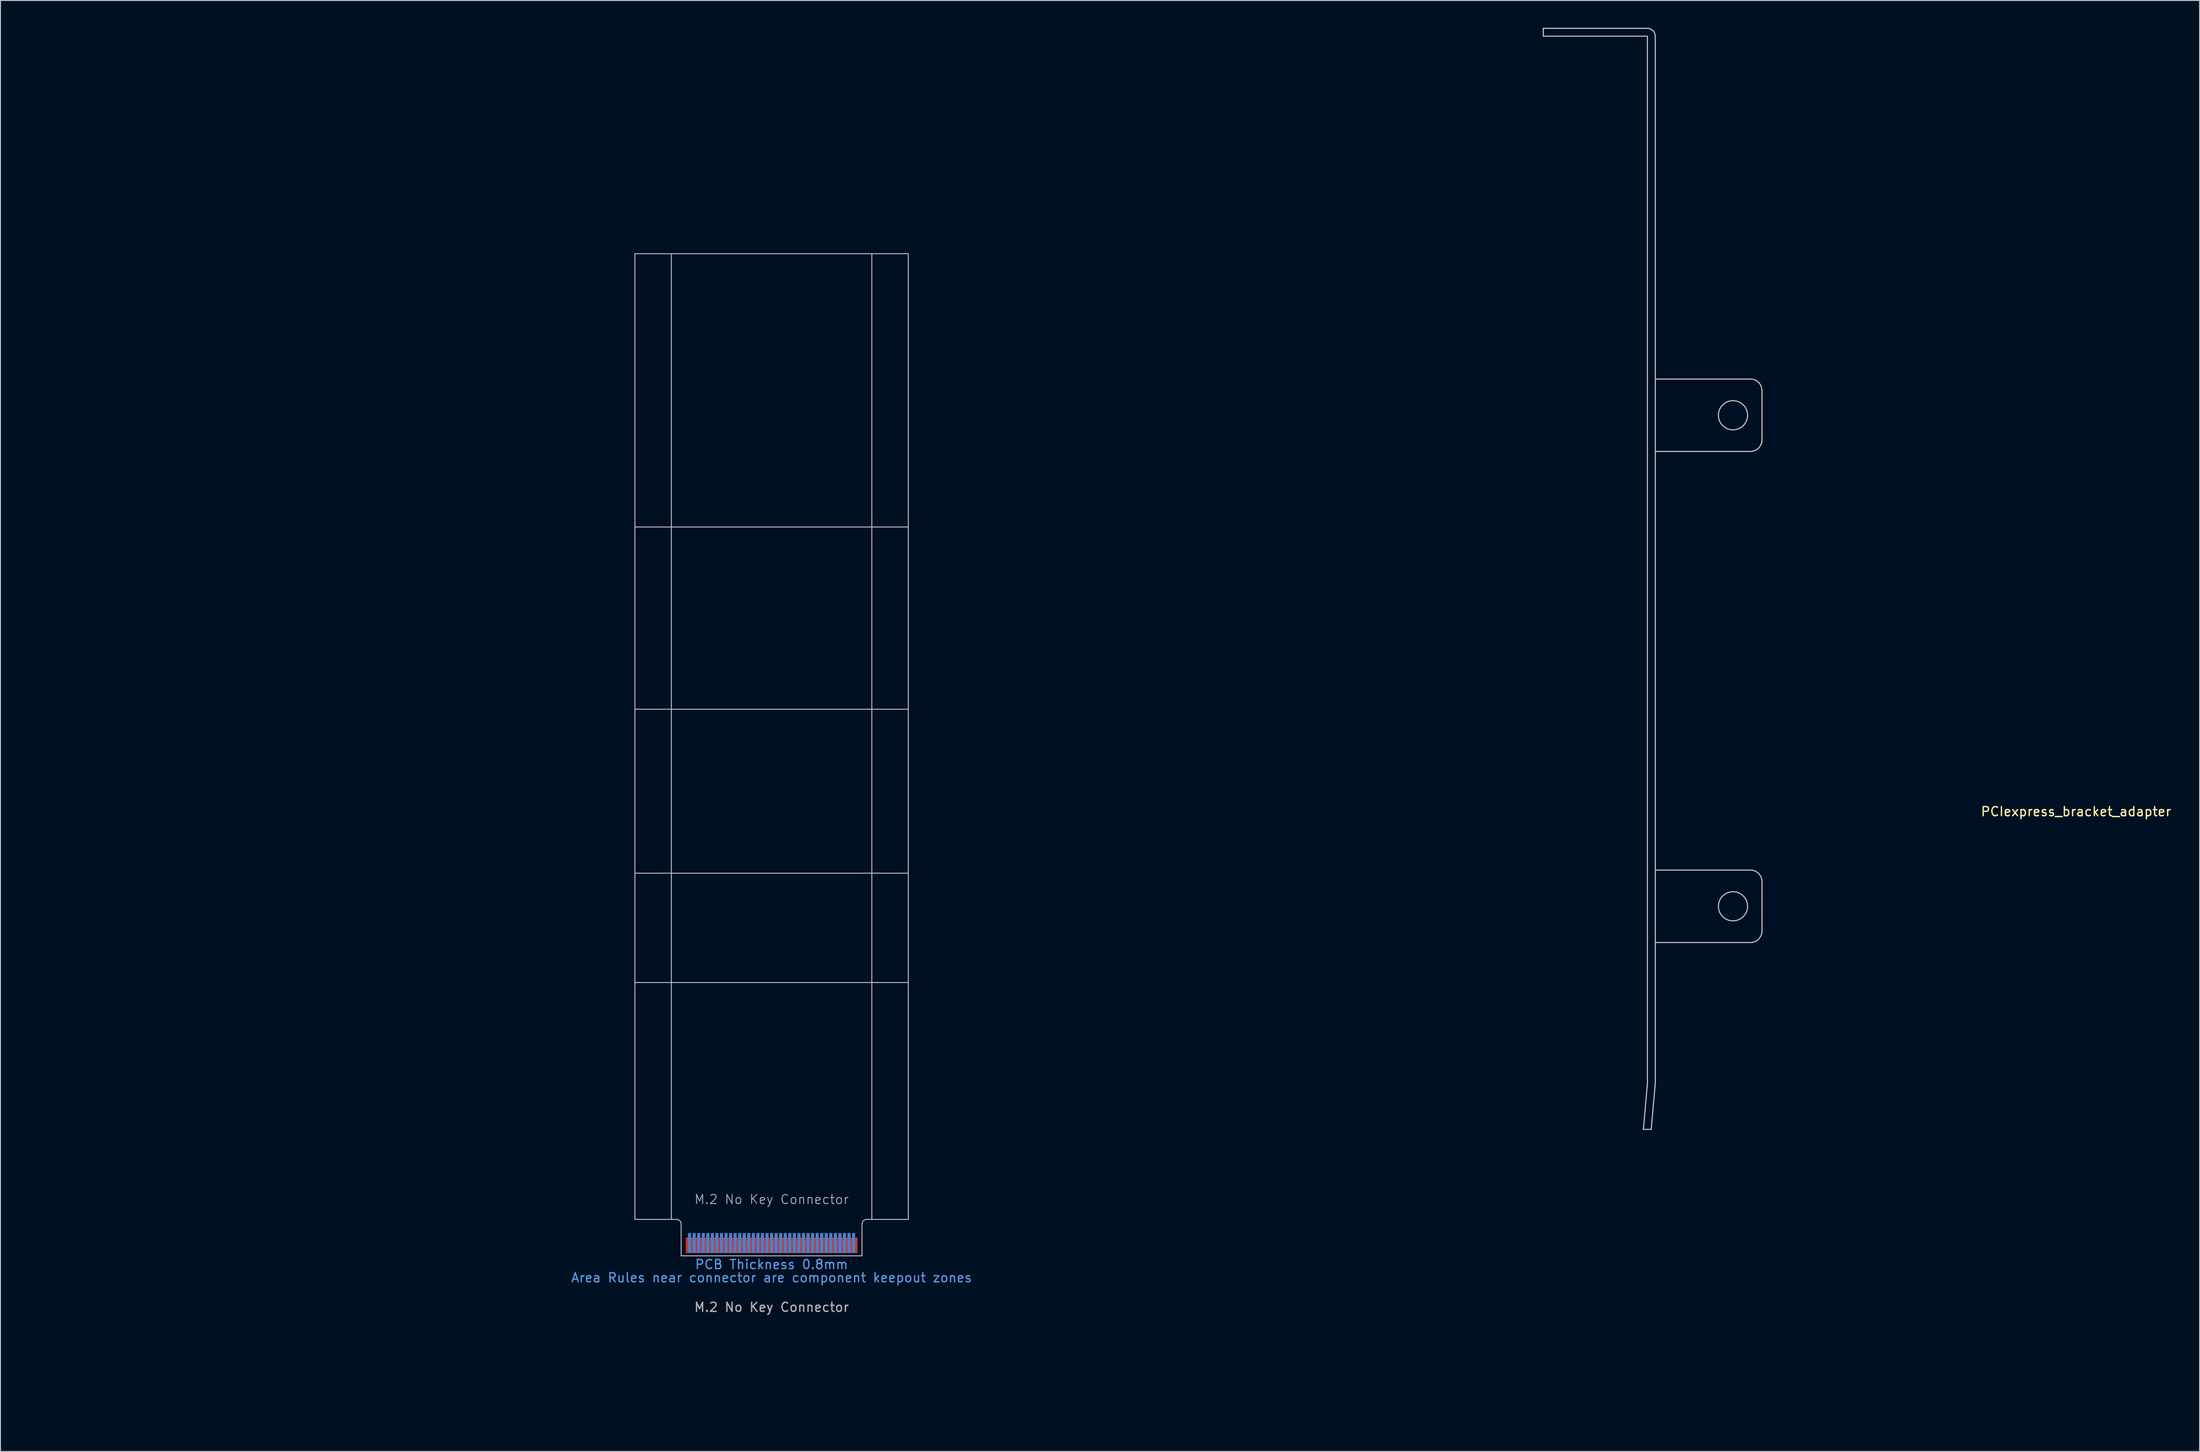
<source format=kicad_pcb>
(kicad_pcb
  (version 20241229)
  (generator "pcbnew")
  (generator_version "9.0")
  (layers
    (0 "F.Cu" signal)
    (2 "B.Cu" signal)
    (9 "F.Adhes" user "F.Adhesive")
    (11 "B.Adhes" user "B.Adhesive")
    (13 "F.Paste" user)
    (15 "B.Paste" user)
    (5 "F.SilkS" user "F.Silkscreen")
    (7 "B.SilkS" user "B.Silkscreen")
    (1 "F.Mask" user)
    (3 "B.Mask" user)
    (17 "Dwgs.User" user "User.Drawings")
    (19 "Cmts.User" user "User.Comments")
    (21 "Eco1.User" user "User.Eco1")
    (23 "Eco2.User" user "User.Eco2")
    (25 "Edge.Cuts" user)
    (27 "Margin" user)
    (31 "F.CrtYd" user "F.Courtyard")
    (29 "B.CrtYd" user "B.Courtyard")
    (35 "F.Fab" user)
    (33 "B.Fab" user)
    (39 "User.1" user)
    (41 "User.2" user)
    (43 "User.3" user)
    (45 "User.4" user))
  (footprint "PCIexpress_bracket_adapter"
    (layer "F.Cu")
    (at 224.778 105.78)
    (property "Reference" "PCIexpress_bracket_adapter" (at 0 -19.75 0) (layer "F.SilkS") (effects (font (size 1 1) (thickness 0.15))))
    (attr exclude_from_pos_files exclude_from_bom)
    (fp_line (start -58.47 -104.86) (end -58.47 -105.72) (stroke (width 0.12) (type solid)) (layer "Dwgs.User"))
    (fp_line (start -47.482 15.141) (end -46.622 15.141) (stroke (width 0.12) (type solid)) (layer "Dwgs.User"))
    (fp_line (start -47.04 -105.72) (end -58.47 -105.72) (stroke (width 0.12) (type solid)) (layer "Dwgs.User"))
    (fp_line (start -47.04 -104.86) (end -58.47 -104.86) (stroke (width 0.12) (type solid)) (layer "Dwgs.User"))
    (fp_line (start -47.04 -104.86) (end -47.04 10.09) (stroke (width 0.12) (type solid)) (layer "Dwgs.User"))
    (fp_line (start -47.04 10.09) (end -47.482 15.141) (stroke (width 0.12) (type solid)) (layer "Dwgs.User"))
    (fp_line (start -46.18 -104.86) (end -46.18 10.09) (stroke (width 0.12) (type solid)) (layer "Dwgs.User"))
    (fp_line (start -46.18 10.09) (end -46.622 15.141) (stroke (width 0.12) (type solid)) (layer "Dwgs.User"))
    (fp_line (start -35.74 -67.225) (end -46.18 -67.225) (stroke (width 0.12) (type solid)) (layer "Dwgs.User"))
    (fp_line (start -35.74 -59.275) (end -46.18 -59.275) (stroke (width 0.12) (type solid)) (layer "Dwgs.User"))
    (fp_line (start -35.74 -13.325) (end -46.18 -13.325) (stroke (width 0.12) (type solid)) (layer "Dwgs.User"))
    (fp_line (start -35.74 -5.375) (end -46.18 -5.375) (stroke (width 0.12) (type solid)) (layer "Dwgs.User"))
    (fp_line (start -34.47 -65.955) (end -34.47 -60.545) (stroke (width 0.12) (type solid)) (layer "Dwgs.User"))
    (fp_line (start -34.47 -12.055) (end -34.47 -6.645) (stroke (width 0.12) (type solid)) (layer "Dwgs.User"))
    (fp_arc (start -47.04 -105.72) (mid -46.431888 -105.468112) (end -46.18 -104.86) (stroke (width 0.12) (type solid)) (layer "Dwgs.User"))
    (fp_arc (start -35.74 -67.225) (mid -34.841974 -66.853026) (end -34.47 -65.955) (stroke (width 0.12) (type solid)) (layer "Dwgs.User"))
    (fp_arc (start -35.74 -13.325) (mid -34.841974 -12.953026) (end -34.47 -12.055) (stroke (width 0.12) (type solid)) (layer "Dwgs.User"))
    (fp_arc (start -34.47 -60.545) (mid -34.841974 -59.646974) (end -35.74 -59.275) (stroke (width 0.12) (type solid)) (layer "Dwgs.User"))
    (fp_arc (start -34.47 -6.645) (mid -34.841974 -5.746974) (end -35.74 -5.375) (stroke (width 0.12) (type solid)) (layer "Dwgs.User"))
    (fp_circle (center -37.65 -63.25) (end -36.05 -63.25) (stroke (width 0.12) (type solid)) (fill no) (layer "Dwgs.User"))
    (fp_circle (center -37.65 -9.35) (end -36.05 -9.35) (stroke (width 0.12) (type solid)) (fill no) (layer "Dwgs.User")))
  (footprint "M.2 No Key Connector"
    (layer "F.Cu")
    (at 81.624 133.687)
    (property "Reference" "M.2 No Key Connector" (at 0 -5.08 0) (unlocked yes) (layer "F.Fab") (effects (font (size 1 1) (thickness 0.1))))
    (attr exclude_from_pos_files exclude_from_bom)
    (fp_rect (start -9.925 -0.94) (end 9.925 1.11) (stroke (width 0) (type default)) (fill yes) (layer "F.Mask"))
    (fp_rect (start -9.925 -1.44) (end 9.925 1.11) (stroke (width 0) (type default)) (fill yes) (layer "B.Mask"))
    (fp_line (start -15 -108.89) (end 15 -108.89) (stroke (width 0.1) (type default)) (layer "Dwgs.User"))
    (fp_line (start -15 -78.89) (end 15 -78.89) (stroke (width 0.1) (type default)) (layer "Dwgs.User"))
    (fp_line (start -15 -58.89) (end 15 -58.89) (stroke (width 0.1) (type default)) (layer "Dwgs.User"))
    (fp_line (start -15 -40.89) (end 15 -40.89) (stroke (width 0.1) (type default)) (layer "Dwgs.User"))
    (fp_line (start -15 -28.89) (end 15 -28.89) (stroke (width 0.1) (type default)) (layer "Dwgs.User"))
    (fp_line (start -15 -2.89) (end -15 -108.89) (stroke (width 0.1) (type default)) (layer "Dwgs.User"))
    (fp_line (start -11 -2.89) (end -15 -2.89) (stroke (width 0.1) (type default)) (layer "Dwgs.User"))
    (fp_line (start -11 -2.89) (end -11 -108.89) (stroke (width 0.1) (type default)) (layer "Dwgs.User"))
    (fp_line (start -11 -2.89) (end -10.425 -2.89) (stroke (width 0.1) (type default)) (layer "Dwgs.User"))
    (fp_line (start -9.925 -2.39) (end -9.925 1.11) (stroke (width 0.1) (type default)) (layer "Dwgs.User"))
    (fp_line (start 9.925 -2.39) (end 9.925 1.11) (stroke (width 0.1) (type default)) (layer "Dwgs.User"))
    (fp_line (start 9.925 1.11) (end -9.925 1.11) (stroke (width 0.1) (type solid)) (layer "Dwgs.User"))
    (fp_line (start 10.425 -2.89) (end 11 -2.89) (stroke (width 0.1) (type default)) (layer "Dwgs.User"))
    (fp_line (start 11 -108.89) (end 11 -2.89) (stroke (width 0.1) (type default)) (layer "Dwgs.User"))
    (fp_line (start 11 -2.89) (end 15 -2.89) (stroke (width 0.1) (type default)) (layer "Dwgs.User"))
    (fp_line (start 15 -108.89) (end 15 -2.89) (stroke (width 0.1) (type default)) (layer "Dwgs.User"))
    (fp_arc (start -10.425 -2.89) (mid -10.071447 -2.743553) (end -9.925 -2.39) (stroke (width 0.1) (type default)) (layer "Dwgs.User"))
    (fp_arc (start 9.925 -2.39) (mid 10.071447 -2.743553) (end 10.425 -2.89) (stroke (width 0.1) (type default)) (layer "Dwgs.User"))
    (fp_line (start -0.71 -109.6) (end 0.71 -108.18) (stroke (width 0.15) (type default)) (layer "User.3"))
    (fp_line (start -0.71 -79.6) (end 0.71 -78.18) (stroke (width 0.15) (type default)) (layer "User.3"))
    (fp_line (start -0.71 -59.6) (end 0.71 -58.18) (stroke (width 0.15) (type default)) (layer "User.3"))
    (fp_line (start -0.71 -41.6) (end 0.71 -40.18) (stroke (width 0.15) (type default)) (layer "User.3"))
    (fp_line (start -0.71 -29.6) (end 0.71 -28.18) (stroke (width 0.15) (type default)) (layer "User.3"))
    (fp_line (start 0.71 -109.6) (end -0.71 -108.18) (stroke (width 0.15) (type default)) (layer "User.3"))
    (fp_line (start 0.71 -79.6) (end -0.71 -78.18) (stroke (width 0.15) (type default)) (layer "User.3"))
    (fp_line (start 0.71 -59.6) (end -0.71 -58.18) (stroke (width 0.15) (type default)) (layer "User.3"))
    (fp_line (start 0.71 -41.6) (end -0.71 -40.18) (stroke (width 0.15) (type default)) (layer "User.3"))
    (fp_line (start 0.71 -29.6) (end -0.71 -28.18) (stroke (width 0.15) (type default)) (layer "User.3"))
    (fp_rect (start -15 -108.89) (end 15 -105.09) (stroke (width 0.1) (type default)) (fill no) (layer "User.4"))
    (fp_rect (start -15 -78.89) (end 15 -75.09) (stroke (width 0.1) (type default)) (fill no) (layer "User.4"))
    (fp_rect (start -15 -58.89) (end 15 -55.09) (stroke (width 0.1) (type default)) (fill no) (layer "User.4"))
    (fp_rect (start -15 -40.89) (end 15 -37.09) (stroke (width 0.1) (type default)) (fill no) (layer "User.4"))
    (fp_rect (start -15 -28.89) (end 15 -25.09) (stroke (width 0.1) (type default)) (fill no) (layer "User.4"))
    (fp_text user "PCB Thickness 0.8mm" (at 0 2.055 0) (unlocked yes) (layer "Cmts.User") (effects (font (size 1 1) (thickness 0.15))))
    (fp_text user "Area Rules near connector are component keepout zones" (at 0 3.505 0) (unlocked yes) (layer "Cmts.User") (effects (font (size 1 1) (thickness 0.15))))
    (fp_text user "${REFERENCE}" (at 0 6.75 0) (unlocked yes) (layer "F.Fab") (effects (font (size 1 1) (thickness 0.15))))
    (fp_text user "Standard 22, 30mm widths and 30, 42, 60, 80, 110mm lengths shown in Blue (User.2 Layer)" (at 0 18.055 0) (unlocked yes) (layer "User.2") (effects (font (size 2 2) (thickness 0.2))))
    (fp_text user "Place grounded \"M.2 Mounting Pad\" footprint from library on Teal (User.3 Layer) X's" (at 0 13.4 0) (unlocked yes) (layer "User.3") (effects (font (size 2 2) (thickness 0.2))))
    (fp_text user "Yellow areas (User.4 Layer) reserverd for RF recepticals or for components when no RF recepticals used." (at 0 8.83 0) (unlocked yes) (layer "User.4") (effects (font (size 2 2) (thickness 0.2))))
    (dimension (type orthogonal) (layer "User.2") (pts (xy 91.549 134.797) (xy 96.624 74.797)) (height 45.245) (orientation 1) (format (prefix "") (suffix "") (units 3) (units_format 0) (precision 4) (suppress_zeroes yes)) (style (thickness 0.1) (arrow_length 1.27) (text_position_mode 0) (arrow_direction outward) (extension_height 0.586) (extension_offset 0.5) (keep_text_aligned yes)) (gr_text "60" (at 133.494 104.797 90) (layer "User.2") (effects (font (size 3 3) (thickness 0.3)))))
    (dimension (type orthogonal) (layer "User.2") (pts (xy 91.534 134.797) (xy 96.624 54.797)) (height 58.985) (orientation 1) (format (prefix "") (suffix "") (units 3) (units_format 0) (precision 4) (suppress_zeroes yes)) (style (thickness 0.1) (arrow_length 1.27) (text_position_mode 0) (arrow_direction outward) (extension_height 0.586) (extension_offset 0.5) (keep_text_aligned yes)) (gr_text "80" (at 147.219 94.797 90) (layer "User.2") (effects (font (size 3 3) (thickness 0.3)))))
    (dimension (type orthogonal) (layer "User.2") (pts (xy 66.624 23.687) (xy 96.624 23.687)) (height -17.83) (orientation 0) (format (prefix "") (suffix "") (units 3) (units_format 0) (precision 4) (suppress_zeroes yes)) (style (thickness 0.1) (arrow_length 1.27) (text_position_mode 0) (arrow_direction outward) (extension_height 0.586) (extension_offset 0.5) (keep_text_aligned yes)) (gr_text "30" (at 81.624 2.457 0) (layer "User.2") (effects (font (size 3 3) (thickness 0.4)))))
    (dimension (type orthogonal) (layer "User.2") (pts (xy 91.549 134.797) (xy 96.624 104.797)) (height 20.795) (orientation 1) (format (prefix "") (suffix "") (units 3) (units_format 0) (precision 4) (suppress_zeroes yes)) (style (thickness 0.1) (arrow_length 1.27) (text_position_mode 0) (arrow_direction outward) (extension_height 0.586) (extension_offset 0.5) (keep_text_aligned yes)) (gr_text "30" (at 109.044 119.797 90) (layer "User.2") (effects (font (size 3 3) (thickness 0.3)))))
    (dimension (type orthogonal) (layer "User.2") (pts (xy 91.549 134.797) (xy 96.624 92.797)) (height 32.695) (orientation 1) (format (prefix "") (suffix "") (units 3) (units_format 0) (precision 4) (suppress_zeroes yes)) (style (thickness 0.1) (arrow_length 1.27) (text_position_mode 0) (arrow_direction outward) (extension_height 0.586) (extension_offset 0.5) (keep_text_aligned yes)) (gr_text "42" (at 120.944 113.797 90) (layer "User.2") (effects (font (size 3 3) (thickness 0.3)))))
    (dimension (type orthogonal) (layer "User.2") (pts (xy 70.624 24.797) (xy 92.624 24.797)) (height -12.48) (orientation 0) (format (prefix "") (suffix "") (units 3) (units_format 0) (precision 4) (suppress_zeroes yes)) (style (thickness 0.1) (arrow_length 1.27) (text_position_mode 0) (arrow_direction outward) (extension_height 0.586) (extension_offset 0.5) (keep_text_aligned yes)) (gr_text "22" (at 81.624 8.917 0) (layer "User.2") (effects (font (size 3 3) (thickness 0.4)))))
    (dimension (type orthogonal) (layer "User.2") (pts (xy 91.549 134.797) (xy 96.624 24.797)) (height 69.74) (orientation 1) (format (prefix "") (suffix "") (units 3) (units_format 0) (precision 4) (suppress_zeroes yes)) (style (thickness 0.1) (arrow_length 1.27) (text_position_mode 0) (arrow_direction outward) (extension_height 0.586) (extension_offset 0.5) (keep_text_aligned yes)) (gr_text "110" (at 157.989 79.797 90) (layer "User.2") (effects (font (size 3 3) (thickness 0.3)))))
    (pad "1" smd rect (at 9.25 -0.04 180) (size 0.35 1.7) (layers "F.Cu"))
    (pad "2" smd rect (at 9 -0.29 180) (size 0.35 2.2) (layers "B.Cu"))
    (pad "3" smd rect (at 8.75 -0.04 180) (size 0.35 1.7) (layers "F.Cu"))
    (pad "4" smd rect (at 8.5 -0.29 180) (size 0.35 2.2) (layers "B.Cu"))
    (pad "5" smd rect (at 8.25 -0.04 180) (size 0.35 1.7) (layers "F.Cu"))
    (pad "6" smd rect (at 8 -0.29 180) (size 0.35 2.2) (layers "B.Cu"))
    (pad "7" smd rect (at 7.75 -0.04 180) (size 0.35 1.7) (layers "F.Cu"))
    (pad "8" smd rect (at 7.5 -0.29 180) (size 0.35 2.2) (layers "B.Cu"))
    (pad "9" smd rect (at 7.25 -0.04 180) (size 0.35 1.7) (layers "F.Cu"))
    (pad "10" smd rect (at 7 -0.29 180) (size 0.35 2.2) (layers "B.Cu"))
    (pad "11" smd rect (at 6.75 -0.04 180) (size 0.35 1.7) (layers "F.Cu"))
    (pad "12" smd rect (at 6.5 -0.29 180) (size 0.35 2.2) (layers "B.Cu"))
    (pad "13" smd rect (at 6.25 -0.04 180) (size 0.35 1.7) (layers "F.Cu"))
    (pad "14" smd rect (at 6 -0.29 180) (size 0.35 2.2) (layers "B.Cu"))
    (pad "15" smd rect (at 5.75 -0.04 180) (size 0.35 1.7) (layers "F.Cu"))
    (pad "16" smd rect (at 5.5 -0.29 180) (size 0.35 2.2) (layers "B.Cu"))
    (pad "17" smd rect (at 5.25 -0.04 180) (size 0.35 1.7) (layers "F.Cu"))
    (pad "18" smd rect (at 5 -0.29 180) (size 0.35 2.2) (layers "B.Cu"))
    (pad "19" smd rect (at 4.75 -0.04 180) (size 0.35 1.7) (layers "F.Cu"))
    (pad "20" smd rect (at 4.5 -0.29 180) (size 0.35 2.2) (layers "B.Cu"))
    (pad "21" smd rect (at 4.25 -0.04 180) (size 0.35 1.7) (layers "F.Cu"))
    (pad "22" smd rect (at 4 -0.29 180) (size 0.35 2.2) (layers "B.Cu"))
    (pad "23" smd rect (at 3.75 -0.04 180) (size 0.35 1.7) (layers "F.Cu"))
    (pad "24" smd rect (at 3.5 -0.29 180) (size 0.35 2.2) (layers "B.Cu"))
    (pad "25" smd rect (at 3.25 -0.04 180) (size 0.35 1.7) (layers "F.Cu"))
    (pad "26" smd rect (at 3 -0.29 180) (size 0.35 2.2) (layers "B.Cu"))
    (pad "27" smd rect (at 2.75 -0.04 180) (size 0.35 1.7) (layers "F.Cu"))
    (pad "28" smd rect (at 2.5 -0.29 180) (size 0.35 2.2) (layers "B.Cu"))
    (pad "29" smd rect (at 2.25 -0.04 180) (size 0.35 1.7) (layers "F.Cu"))
    (pad "30" smd rect (at 2 -0.29 180) (size 0.35 2.2) (layers "B.Cu"))
    (pad "31" smd rect (at 1.75 -0.04 180) (size 0.35 1.7) (layers "F.Cu"))
    (pad "32" smd rect (at 1.5 -0.29 180) (size 0.35 2.2) (layers "B.Cu"))
    (pad "33" smd rect (at 1.25 -0.04 180) (size 0.35 1.7) (layers "F.Cu"))
    (pad "34" smd rect (at 1 -0.29 180) (size 0.35 2.2) (layers "B.Cu"))
    (pad "35" smd rect (at 0.75 -0.04 180) (size 0.35 1.7) (layers "F.Cu"))
    (pad "36" smd rect (at 0.5 -0.29 180) (size 0.35 2.2) (layers "B.Cu"))
    (pad "37" smd rect (at 0.25 -0.04 180) (size 0.35 1.7) (layers "F.Cu"))
    (pad "38" smd rect (at 0 -0.29 180) (size 0.35 2.2) (layers "B.Cu"))
    (pad "39" smd rect (at -0.25 -0.04 180) (size 0.35 1.7) (layers "F.Cu"))
    (pad "40" smd rect (at -0.5 -0.29 180) (size 0.35 2.2) (layers "B.Cu"))
    (pad "41" smd rect (at -0.75 -0.04 180) (size 0.35 1.7) (layers "F.Cu"))
    (pad "42" smd rect (at -1 -0.29 180) (size 0.35 2.2) (layers "B.Cu"))
    (pad "43" smd rect (at -1.25 -0.04 180) (size 0.35 1.7) (layers "F.Cu"))
    (pad "44" smd rect (at -1.5 -0.29 180) (size 0.35 2.2) (layers "B.Cu"))
    (pad "45" smd rect (at -1.75 -0.04 180) (size 0.35 1.7) (layers "F.Cu"))
    (pad "46" smd rect (at -2 -0.29 180) (size 0.35 2.2) (layers "B.Cu"))
    (pad "47" smd rect (at -2.25 -0.04 180) (size 0.35 1.7) (layers "F.Cu"))
    (pad "48" smd rect (at -2.5 -0.29 180) (size 0.35 2.2) (layers "B.Cu"))
    (pad "49" smd rect (at -2.75 -0.04 180) (size 0.35 1.7) (layers "F.Cu"))
    (pad "50" smd rect (at -3 -0.29 180) (size 0.35 2.2) (layers "B.Cu"))
    (pad "51" smd rect (at -3.25 -0.04 180) (size 0.35 1.7) (layers "F.Cu"))
    (pad "52" smd rect (at -3.5 -0.29 180) (size 0.35 2.2) (layers "B.Cu"))
    (pad "53" smd rect (at -3.75 -0.04 180) (size 0.35 1.7) (layers "F.Cu"))
    (pad "54" smd rect (at -4 -0.29 180) (size 0.35 2.2) (layers "B.Cu"))
    (pad "55" smd rect (at -4.25 -0.04 180) (size 0.35 1.7) (layers "F.Cu"))
    (pad "56" smd rect (at -4.5 -0.29 180) (size 0.35 2.2) (layers "B.Cu"))
    (pad "57" smd rect (at -4.75 -0.04 180) (size 0.35 1.7) (layers "F.Cu"))
    (pad "58" smd rect (at -5 -0.29 180) (size 0.35 2.2) (layers "B.Cu"))
    (pad "59" smd rect (at -5.25 -0.04 180) (size 0.35 1.7) (layers "F.Cu"))
    (pad "60" smd rect (at -5.5 -0.29 180) (size 0.35 2.2) (layers "B.Cu"))
    (pad "61" smd rect (at -5.75 -0.04 180) (size 0.35 1.7) (layers "F.Cu"))
    (pad "62" smd rect (at -6 -0.29 180) (size 0.35 2.2) (layers "B.Cu"))
    (pad "63" smd rect (at -6.25 -0.04 180) (size 0.35 1.7) (layers "F.Cu"))
    (pad "64" smd rect (at -6.5 -0.29 180) (size 0.35 2.2) (layers "B.Cu"))
    (pad "65" smd rect (at -6.75 -0.04 180) (size 0.35 1.7) (layers "F.Cu"))
    (pad "66" smd rect (at -7 -0.29 180) (size 0.35 2.2) (layers "B.Cu"))
    (pad "67" smd rect (at -7.25 -0.04 180) (size 0.35 1.7) (layers "F.Cu"))
    (pad "68" smd rect (at -7.5 -0.29 180) (size 0.35 2.2) (layers "B.Cu"))
    (pad "69" smd rect (at -7.75 -0.04 180) (size 0.35 1.7) (layers "F.Cu"))
    (pad "70" smd rect (at -8 -0.29 180) (size 0.35 2.2) (layers "B.Cu"))
    (pad "71" smd rect (at -8.25 -0.04 180) (size 0.35 1.7) (layers "F.Cu"))
    (pad "72" smd rect (at -8.5 -0.29 180) (size 0.35 2.2) (layers "B.Cu"))
    (pad "73" smd rect (at -8.75 -0.04 180) (size 0.35 1.7) (layers "F.Cu"))
    (pad "74" smd rect (at -9 -0.29 180) (size 0.35 2.2) (layers "B.Cu"))
    (pad "75" smd rect (at -9.25 -0.04 180) (size 0.35 1.7) (layers "F.Cu"))
    (zone (net_name "") (layer "F.Cu") (name "Front Component Keepout") (hatch full 0.5) (connect_pads) (min_thickness 0.25) (filled_areas_thickness no) (keepout (tracks allowed) (vias allowed) (pads allowed) (copperpour allowed) (footprints not_allowed)) (placement (enabled no)) (fill) (polygon (pts (xy 96.624 130.797) (xy 96.624 134.797) (xy 66.624 134.797) (xy 66.624 130.797))))
    (zone (net_name "") (layer "B.Cu") (name "Rear Component Keepout") (hatch full 0.5) (connect_pads) (min_thickness 0.25) (filled_areas_thickness no) (keepout (tracks allowed) (vias allowed) (pads allowed) (copperpour allowed) (footprints not_allowed)) (placement (enabled no)) (fill) (polygon (pts (xy 96.624 134.797) (xy 96.624 129.597) (xy 66.624 129.597) (xy 66.624 134.797)))))
  (gr_rect
    (start -3 -3)
    (end 238.331 156.263)
    (stroke (width 0.1) (type default))
    (fill no)
    (layer "Edge.Cuts")))
</source>
